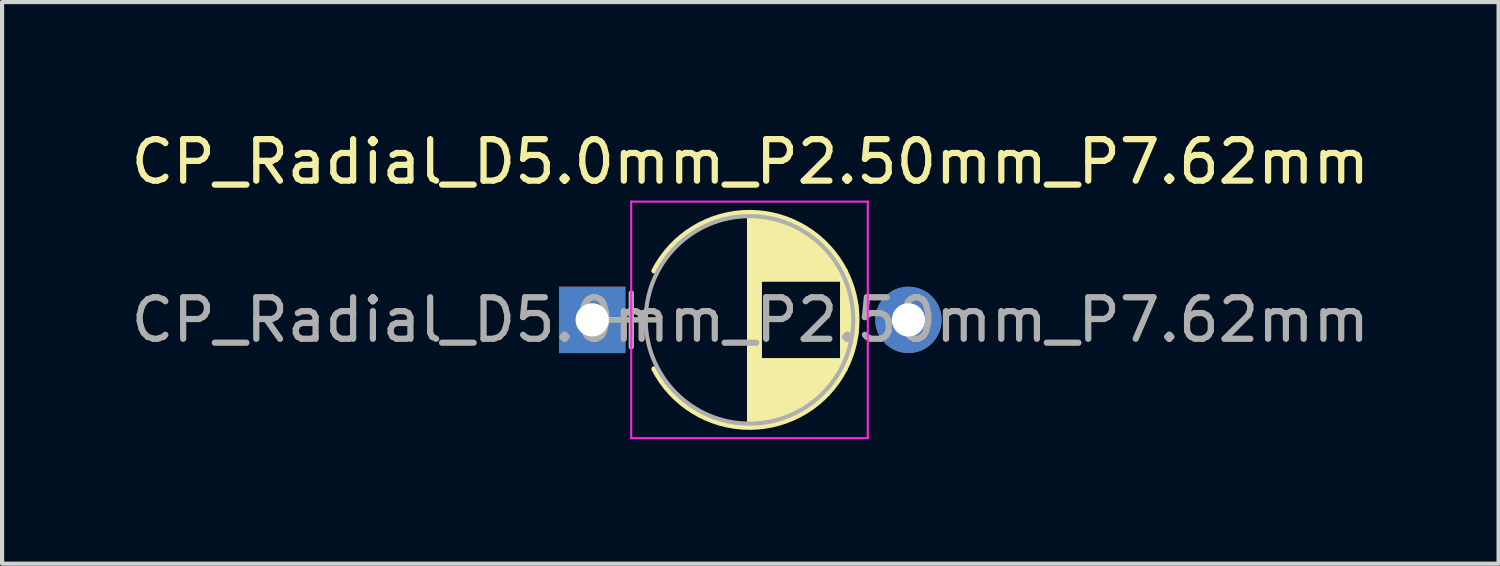
<source format=kicad_pcb>
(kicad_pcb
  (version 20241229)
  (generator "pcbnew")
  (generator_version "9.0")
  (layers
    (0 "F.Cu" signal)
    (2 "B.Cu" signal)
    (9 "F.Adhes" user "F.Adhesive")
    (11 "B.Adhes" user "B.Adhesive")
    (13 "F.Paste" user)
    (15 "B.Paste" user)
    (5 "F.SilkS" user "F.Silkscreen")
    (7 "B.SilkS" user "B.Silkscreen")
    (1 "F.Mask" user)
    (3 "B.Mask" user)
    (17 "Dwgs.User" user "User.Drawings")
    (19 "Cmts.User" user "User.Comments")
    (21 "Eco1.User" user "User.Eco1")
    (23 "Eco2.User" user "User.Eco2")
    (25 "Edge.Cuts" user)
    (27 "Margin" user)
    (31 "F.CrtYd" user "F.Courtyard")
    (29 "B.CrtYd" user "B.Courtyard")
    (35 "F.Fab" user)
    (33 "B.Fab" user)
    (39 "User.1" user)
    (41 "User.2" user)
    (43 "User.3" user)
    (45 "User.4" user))
  (footprint "CP_Radial_D5.0mm_P2.50mm_P7.62mm"
    (layer "F.Cu")
    (at 11.22 4.658)
    (property "Reference" "CP_Radial_D5.0mm_P2.50mm_P7.62mm" (at 3.81 -3.81 0) (layer "F.SilkS") (effects (font (size 1 1) (thickness 0.15))))
    (attr through_hole)
    (fp_line (start 0.34 0) (end 1.54 0) (stroke (width 0.12) (type solid)) (layer "F.SilkS"))
    (fp_line (start 0.94 -0.65) (end 0.94 0.65) (stroke (width 0.12) (type solid)) (layer "F.SilkS"))
    (fp_line (start 3.79 -2.55) (end 3.79 2.55) (stroke (width 0.12) (type solid)) (layer "F.SilkS"))
    (fp_line (start 3.83 -2.55) (end 3.83 2.55) (stroke (width 0.12) (type solid)) (layer "F.SilkS"))
    (fp_line (start 3.87 -2.549) (end 3.87 2.549) (stroke (width 0.12) (type solid)) (layer "F.SilkS"))
    (fp_line (start 3.91 -2.548) (end 3.91 2.548) (stroke (width 0.12) (type solid)) (layer "F.SilkS"))
    (fp_line (start 3.95 -2.546) (end 3.95 2.546) (stroke (width 0.12) (type solid)) (layer "F.SilkS"))
    (fp_line (start 3.99 -2.543) (end 3.99 2.543) (stroke (width 0.12) (type solid)) (layer "F.SilkS"))
    (fp_line (start 4.03 -2.539) (end 4.03 2.539) (stroke (width 0.12) (type solid)) (layer "F.SilkS"))
    (fp_line (start 4.07 -2.535) (end 4.07 -0.98) (stroke (width 0.12) (type solid)) (layer "F.SilkS"))
    (fp_line (start 4.07 0.98) (end 4.07 2.535) (stroke (width 0.12) (type solid)) (layer "F.SilkS"))
    (fp_line (start 4.11 -2.531) (end 4.11 -0.98) (stroke (width 0.12) (type solid)) (layer "F.SilkS"))
    (fp_line (start 4.11 0.98) (end 4.11 2.531) (stroke (width 0.12) (type solid)) (layer "F.SilkS"))
    (fp_line (start 4.15 -2.525) (end 4.15 -0.98) (stroke (width 0.12) (type solid)) (layer "F.SilkS"))
    (fp_line (start 4.15 0.98) (end 4.15 2.525) (stroke (width 0.12) (type solid)) (layer "F.SilkS"))
    (fp_line (start 4.19 -2.519) (end 4.19 -0.98) (stroke (width 0.12) (type solid)) (layer "F.SilkS"))
    (fp_line (start 4.19 0.98) (end 4.19 2.519) (stroke (width 0.12) (type solid)) (layer "F.SilkS"))
    (fp_line (start 4.23 -2.513) (end 4.23 -0.98) (stroke (width 0.12) (type solid)) (layer "F.SilkS"))
    (fp_line (start 4.23 0.98) (end 4.23 2.513) (stroke (width 0.12) (type solid)) (layer "F.SilkS"))
    (fp_line (start 4.27 -2.506) (end 4.27 -0.98) (stroke (width 0.12) (type solid)) (layer "F.SilkS"))
    (fp_line (start 4.27 0.98) (end 4.27 2.506) (stroke (width 0.12) (type solid)) (layer "F.SilkS"))
    (fp_line (start 4.31 -2.498) (end 4.31 -0.98) (stroke (width 0.12) (type solid)) (layer "F.SilkS"))
    (fp_line (start 4.31 0.98) (end 4.31 2.498) (stroke (width 0.12) (type solid)) (layer "F.SilkS"))
    (fp_line (start 4.35 -2.489) (end 4.35 -0.98) (stroke (width 0.12) (type solid)) (layer "F.SilkS"))
    (fp_line (start 4.35 0.98) (end 4.35 2.489) (stroke (width 0.12) (type solid)) (layer "F.SilkS"))
    (fp_line (start 4.39 -2.48) (end 4.39 -0.98) (stroke (width 0.12) (type solid)) (layer "F.SilkS"))
    (fp_line (start 4.39 0.98) (end 4.39 2.48) (stroke (width 0.12) (type solid)) (layer "F.SilkS"))
    (fp_line (start 4.43 -2.47) (end 4.43 -0.98) (stroke (width 0.12) (type solid)) (layer "F.SilkS"))
    (fp_line (start 4.43 0.98) (end 4.43 2.47) (stroke (width 0.12) (type solid)) (layer "F.SilkS"))
    (fp_line (start 4.47 -2.46) (end 4.47 -0.98) (stroke (width 0.12) (type solid)) (layer "F.SilkS"))
    (fp_line (start 4.47 0.98) (end 4.47 2.46) (stroke (width 0.12) (type solid)) (layer "F.SilkS"))
    (fp_line (start 4.511 -2.448) (end 4.511 -0.98) (stroke (width 0.12) (type solid)) (layer "F.SilkS"))
    (fp_line (start 4.511 0.98) (end 4.511 2.448) (stroke (width 0.12) (type solid)) (layer "F.SilkS"))
    (fp_line (start 4.551 -2.436) (end 4.551 -0.98) (stroke (width 0.12) (type solid)) (layer "F.SilkS"))
    (fp_line (start 4.551 0.98) (end 4.551 2.436) (stroke (width 0.12) (type solid)) (layer "F.SilkS"))
    (fp_line (start 4.591 -2.424) (end 4.591 -0.98) (stroke (width 0.12) (type solid)) (layer "F.SilkS"))
    (fp_line (start 4.591 0.98) (end 4.591 2.424) (stroke (width 0.12) (type solid)) (layer "F.SilkS"))
    (fp_line (start 4.631 -2.41) (end 4.631 -0.98) (stroke (width 0.12) (type solid)) (layer "F.SilkS"))
    (fp_line (start 4.631 0.98) (end 4.631 2.41) (stroke (width 0.12) (type solid)) (layer "F.SilkS"))
    (fp_line (start 4.671 -2.396) (end 4.671 -0.98) (stroke (width 0.12) (type solid)) (layer "F.SilkS"))
    (fp_line (start 4.671 0.98) (end 4.671 2.396) (stroke (width 0.12) (type solid)) (layer "F.SilkS"))
    (fp_line (start 4.711 -2.382) (end 4.711 -0.98) (stroke (width 0.12) (type solid)) (layer "F.SilkS"))
    (fp_line (start 4.711 0.98) (end 4.711 2.382) (stroke (width 0.12) (type solid)) (layer "F.SilkS"))
    (fp_line (start 4.751 -2.366) (end 4.751 -0.98) (stroke (width 0.12) (type solid)) (layer "F.SilkS"))
    (fp_line (start 4.751 0.98) (end 4.751 2.366) (stroke (width 0.12) (type solid)) (layer "F.SilkS"))
    (fp_line (start 4.791 -2.35) (end 4.791 -0.98) (stroke (width 0.12) (type solid)) (layer "F.SilkS"))
    (fp_line (start 4.791 0.98) (end 4.791 2.35) (stroke (width 0.12) (type solid)) (layer "F.SilkS"))
    (fp_line (start 4.831 -2.333) (end 4.831 -0.98) (stroke (width 0.12) (type solid)) (layer "F.SilkS"))
    (fp_line (start 4.831 0.98) (end 4.831 2.333) (stroke (width 0.12) (type solid)) (layer "F.SilkS"))
    (fp_line (start 4.871 -2.315) (end 4.871 -0.98) (stroke (width 0.12) (type solid)) (layer "F.SilkS"))
    (fp_line (start 4.871 0.98) (end 4.871 2.315) (stroke (width 0.12) (type solid)) (layer "F.SilkS"))
    (fp_line (start 4.911 -2.296) (end 4.911 -0.98) (stroke (width 0.12) (type solid)) (layer "F.SilkS"))
    (fp_line (start 4.911 0.98) (end 4.911 2.296) (stroke (width 0.12) (type solid)) (layer "F.SilkS"))
    (fp_line (start 4.951 -2.276) (end 4.951 -0.98) (stroke (width 0.12) (type solid)) (layer "F.SilkS"))
    (fp_line (start 4.951 0.98) (end 4.951 2.276) (stroke (width 0.12) (type solid)) (layer "F.SilkS"))
    (fp_line (start 4.991 -2.256) (end 4.991 -0.98) (stroke (width 0.12) (type solid)) (layer "F.SilkS"))
    (fp_line (start 4.991 0.98) (end 4.991 2.256) (stroke (width 0.12) (type solid)) (layer "F.SilkS"))
    (fp_line (start 5.031 -2.234) (end 5.031 -0.98) (stroke (width 0.12) (type solid)) (layer "F.SilkS"))
    (fp_line (start 5.031 0.98) (end 5.031 2.234) (stroke (width 0.12) (type solid)) (layer "F.SilkS"))
    (fp_line (start 5.071 -2.212) (end 5.071 -0.98) (stroke (width 0.12) (type solid)) (layer "F.SilkS"))
    (fp_line (start 5.071 0.98) (end 5.071 2.212) (stroke (width 0.12) (type solid)) (layer "F.SilkS"))
    (fp_line (start 5.111 -2.189) (end 5.111 -0.98) (stroke (width 0.12) (type solid)) (layer "F.SilkS"))
    (fp_line (start 5.111 0.98) (end 5.111 2.189) (stroke (width 0.12) (type solid)) (layer "F.SilkS"))
    (fp_line (start 5.151 -2.165) (end 5.151 -0.98) (stroke (width 0.12) (type solid)) (layer "F.SilkS"))
    (fp_line (start 5.151 0.98) (end 5.151 2.165) (stroke (width 0.12) (type solid)) (layer "F.SilkS"))
    (fp_line (start 5.191 -2.14) (end 5.191 -0.98) (stroke (width 0.12) (type solid)) (layer "F.SilkS"))
    (fp_line (start 5.191 0.98) (end 5.191 2.14) (stroke (width 0.12) (type solid)) (layer "F.SilkS"))
    (fp_line (start 5.231 -2.113) (end 5.231 -0.98) (stroke (width 0.12) (type solid)) (layer "F.SilkS"))
    (fp_line (start 5.231 0.98) (end 5.231 2.113) (stroke (width 0.12) (type solid)) (layer "F.SilkS"))
    (fp_line (start 5.271 -2.086) (end 5.271 -0.98) (stroke (width 0.12) (type solid)) (layer "F.SilkS"))
    (fp_line (start 5.271 0.98) (end 5.271 2.086) (stroke (width 0.12) (type solid)) (layer "F.SilkS"))
    (fp_line (start 5.311 -2.058) (end 5.311 -0.98) (stroke (width 0.12) (type solid)) (layer "F.SilkS"))
    (fp_line (start 5.311 0.98) (end 5.311 2.058) (stroke (width 0.12) (type solid)) (layer "F.SilkS"))
    (fp_line (start 5.351 -2.028) (end 5.351 -0.98) (stroke (width 0.12) (type solid)) (layer "F.SilkS"))
    (fp_line (start 5.351 0.98) (end 5.351 2.028) (stroke (width 0.12) (type solid)) (layer "F.SilkS"))
    (fp_line (start 5.391 -1.997) (end 5.391 -0.98) (stroke (width 0.12) (type solid)) (layer "F.SilkS"))
    (fp_line (start 5.391 0.98) (end 5.391 1.997) (stroke (width 0.12) (type solid)) (layer "F.SilkS"))
    (fp_line (start 5.431 -1.965) (end 5.431 -0.98) (stroke (width 0.12) (type solid)) (layer "F.SilkS"))
    (fp_line (start 5.431 0.98) (end 5.431 1.965) (stroke (width 0.12) (type solid)) (layer "F.SilkS"))
    (fp_line (start 5.471 -1.932) (end 5.471 -0.98) (stroke (width 0.12) (type solid)) (layer "F.SilkS"))
    (fp_line (start 5.471 0.98) (end 5.471 1.932) (stroke (width 0.12) (type solid)) (layer "F.SilkS"))
    (fp_line (start 5.511 -1.897) (end 5.511 -0.98) (stroke (width 0.12) (type solid)) (layer "F.SilkS"))
    (fp_line (start 5.511 0.98) (end 5.511 1.897) (stroke (width 0.12) (type solid)) (layer "F.SilkS"))
    (fp_line (start 5.551 -1.861) (end 5.551 -0.98) (stroke (width 0.12) (type solid)) (layer "F.SilkS"))
    (fp_line (start 5.551 0.98) (end 5.551 1.861) (stroke (width 0.12) (type solid)) (layer "F.SilkS"))
    (fp_line (start 5.591 -1.823) (end 5.591 -0.98) (stroke (width 0.12) (type solid)) (layer "F.SilkS"))
    (fp_line (start 5.591 0.98) (end 5.591 1.823) (stroke (width 0.12) (type solid)) (layer "F.SilkS"))
    (fp_line (start 5.631 -1.783) (end 5.631 -0.98) (stroke (width 0.12) (type solid)) (layer "F.SilkS"))
    (fp_line (start 5.631 0.98) (end 5.631 1.783) (stroke (width 0.12) (type solid)) (layer "F.SilkS"))
    (fp_line (start 5.671 -1.742) (end 5.671 -0.98) (stroke (width 0.12) (type solid)) (layer "F.SilkS"))
    (fp_line (start 5.671 0.98) (end 5.671 1.742) (stroke (width 0.12) (type solid)) (layer "F.SilkS"))
    (fp_line (start 5.711 -1.699) (end 5.711 -0.98) (stroke (width 0.12) (type solid)) (layer "F.SilkS"))
    (fp_line (start 5.711 0.98) (end 5.711 1.699) (stroke (width 0.12) (type solid)) (layer "F.SilkS"))
    (fp_line (start 5.751 -1.654) (end 5.751 -0.98) (stroke (width 0.12) (type solid)) (layer "F.SilkS"))
    (fp_line (start 5.751 0.98) (end 5.751 1.654) (stroke (width 0.12) (type solid)) (layer "F.SilkS"))
    (fp_line (start 5.791 -1.606) (end 5.791 -0.98) (stroke (width 0.12) (type solid)) (layer "F.SilkS"))
    (fp_line (start 5.791 0.98) (end 5.791 1.606) (stroke (width 0.12) (type solid)) (layer "F.SilkS"))
    (fp_line (start 5.831 -1.556) (end 5.831 -0.98) (stroke (width 0.12) (type solid)) (layer "F.SilkS"))
    (fp_line (start 5.831 0.98) (end 5.831 1.556) (stroke (width 0.12) (type solid)) (layer "F.SilkS"))
    (fp_line (start 5.871 -1.504) (end 5.871 -0.98) (stroke (width 0.12) (type solid)) (layer "F.SilkS"))
    (fp_line (start 5.871 0.98) (end 5.871 1.504) (stroke (width 0.12) (type solid)) (layer "F.SilkS"))
    (fp_line (start 5.911 -1.448) (end 5.911 -0.98) (stroke (width 0.12) (type solid)) (layer "F.SilkS"))
    (fp_line (start 5.911 0.98) (end 5.911 1.448) (stroke (width 0.12) (type solid)) (layer "F.SilkS"))
    (fp_line (start 5.951 -1.39) (end 5.951 -0.98) (stroke (width 0.12) (type solid)) (layer "F.SilkS"))
    (fp_line (start 5.951 0.98) (end 5.951 1.39) (stroke (width 0.12) (type solid)) (layer "F.SilkS"))
    (fp_line (start 5.991 -1.327) (end 5.991 -0.98) (stroke (width 0.12) (type solid)) (layer "F.SilkS"))
    (fp_line (start 5.991 0.98) (end 5.991 1.327) (stroke (width 0.12) (type solid)) (layer "F.SilkS"))
    (fp_line (start 6.031 -1.261) (end 6.031 1.261) (stroke (width 0.12) (type solid)) (layer "F.SilkS"))
    (fp_line (start 6.071 -1.189) (end 6.071 1.189) (stroke (width 0.12) (type solid)) (layer "F.SilkS"))
    (fp_line (start 6.111 -1.112) (end 6.111 1.112) (stroke (width 0.12) (type solid)) (layer "F.SilkS"))
    (fp_line (start 6.151 -1.028) (end 6.151 1.028) (stroke (width 0.12) (type solid)) (layer "F.SilkS"))
    (fp_line (start 6.191 -0.934) (end 6.191 0.934) (stroke (width 0.12) (type solid)) (layer "F.SilkS"))
    (fp_line (start 6.231 -0.829) (end 6.231 0.829) (stroke (width 0.12) (type solid)) (layer "F.SilkS"))
    (fp_line (start 6.271 -0.707) (end 6.271 0.707) (stroke (width 0.12) (type solid)) (layer "F.SilkS"))
    (fp_line (start 6.311 -0.559) (end 6.311 0.559) (stroke (width 0.12) (type solid)) (layer "F.SilkS"))
    (fp_line (start 6.351 -0.354) (end 6.351 0.354) (stroke (width 0.12) (type solid)) (layer "F.SilkS"))
    (fp_arc (start 1.48442 -1.18) (mid 3.790156 -2.59) (end 6.095722 -1.179722) (stroke (width 0.12) (type solid)) (layer "F.SilkS"))
    (fp_arc (start 6.09558 -1.18) (mid 6.38 -0.000156) (end 6.095722 1.179722) (stroke (width 0.12) (type solid)) (layer "F.SilkS"))
    (fp_arc (start 6.095722 1.179722) (mid 3.790156 2.59) (end 1.48442 1.18) (stroke (width 0.12) (type solid)) (layer "F.SilkS"))
    (fp_line (start 0.94 -2.85) (end 0.94 2.85) (stroke (width 0.05) (type solid)) (layer "F.CrtYd"))
    (fp_line (start 0.94 2.85) (end 6.64 2.85) (stroke (width 0.05) (type solid)) (layer "F.CrtYd"))
    (fp_line (start 6.64 -2.85) (end 0.94 -2.85) (stroke (width 0.05) (type solid)) (layer "F.CrtYd"))
    (fp_line (start 6.64 2.85) (end 6.64 -2.85) (stroke (width 0.05) (type solid)) (layer "F.CrtYd"))
    (fp_line (start 0.34 0) (end 1.54 0) (stroke (width 0.1) (type solid)) (layer "F.Fab"))
    (fp_line (start 0.94 -0.65) (end 0.94 0.65) (stroke (width 0.1) (type solid)) (layer "F.Fab"))
    (fp_circle (center 3.79 0) (end 6.29 0) (stroke (width 0.1) (type solid)) (fill no) (layer "F.Fab"))
    (fp_text user "${REFERENCE}" (at 3.81 0 0) (layer "F.Fab") (effects (font (size 1 1) (thickness 0.15))))
    (pad "1" thru_hole rect (at 0 0) (size 1.6 1.6) (drill 0.8) (layers "*.Cu" "*.Mask"))
    (pad "2" thru_hole circle (at 7.62 0) (size 1.6 1.6) (drill 0.8) (layers "*.Cu" "*.Mask")))
  (gr_rect
    (start -3 -3)
    (end 33.06 10.533)
    (stroke (width 0.1) (type default))
    (fill no)
    (layer "Edge.Cuts")))
</source>
